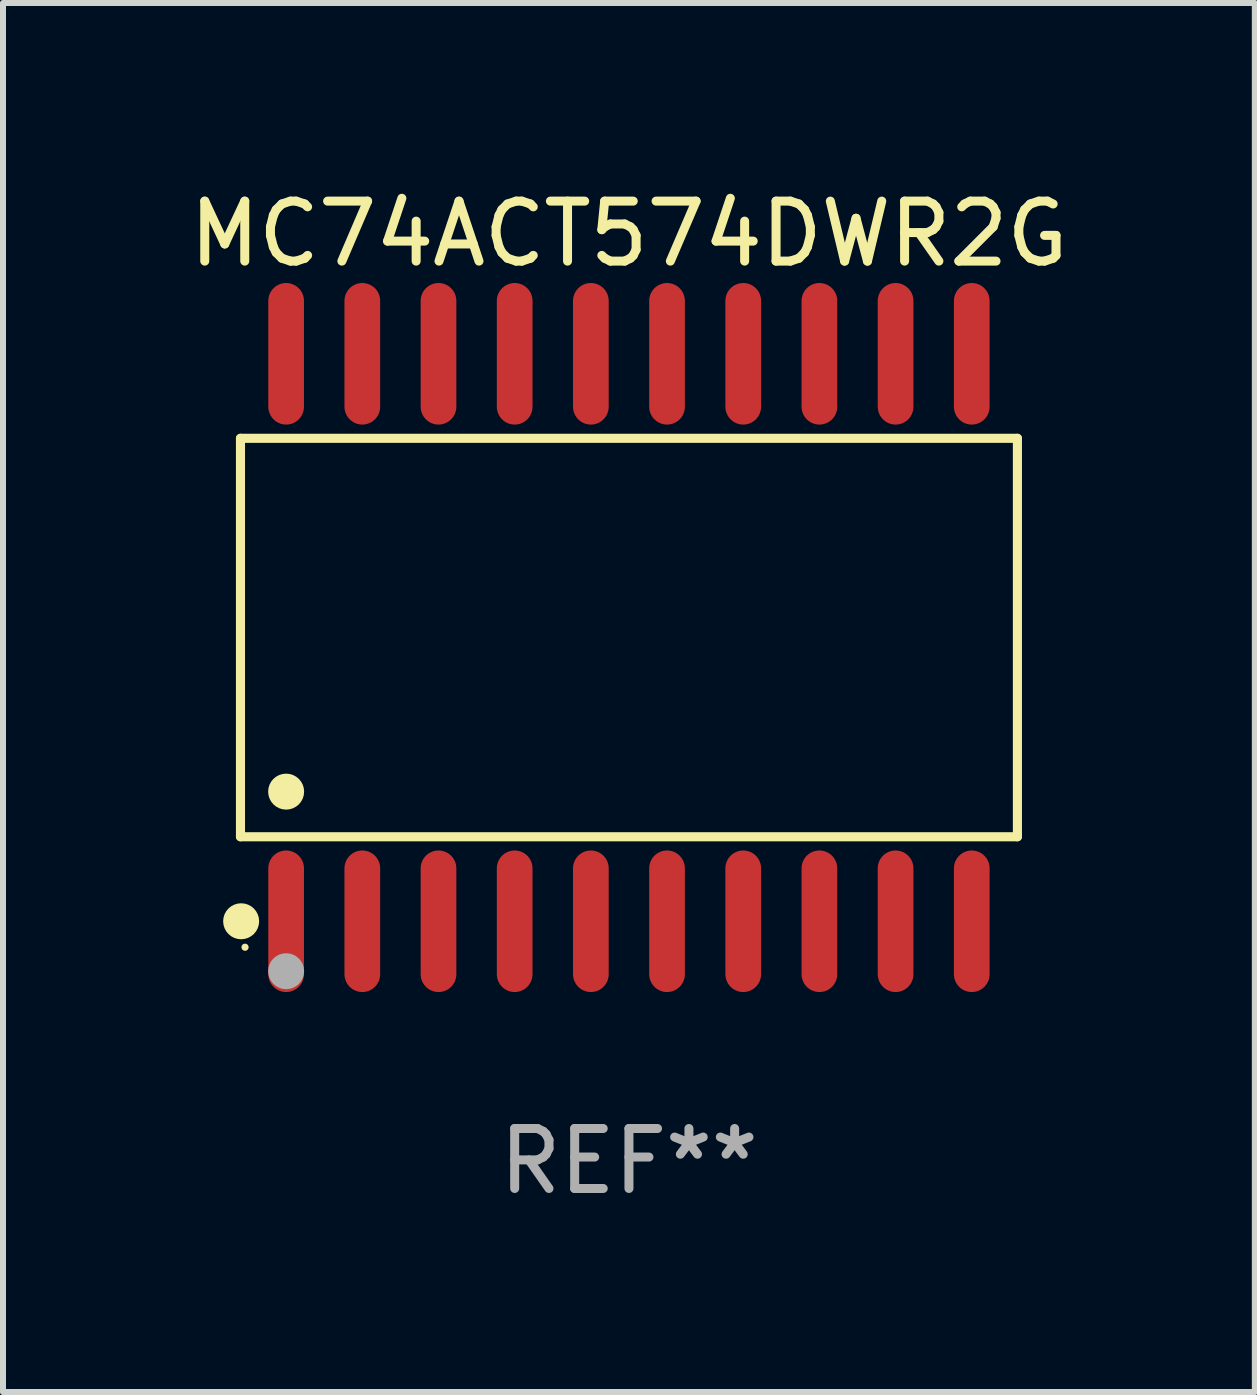
<source format=kicad_pcb>
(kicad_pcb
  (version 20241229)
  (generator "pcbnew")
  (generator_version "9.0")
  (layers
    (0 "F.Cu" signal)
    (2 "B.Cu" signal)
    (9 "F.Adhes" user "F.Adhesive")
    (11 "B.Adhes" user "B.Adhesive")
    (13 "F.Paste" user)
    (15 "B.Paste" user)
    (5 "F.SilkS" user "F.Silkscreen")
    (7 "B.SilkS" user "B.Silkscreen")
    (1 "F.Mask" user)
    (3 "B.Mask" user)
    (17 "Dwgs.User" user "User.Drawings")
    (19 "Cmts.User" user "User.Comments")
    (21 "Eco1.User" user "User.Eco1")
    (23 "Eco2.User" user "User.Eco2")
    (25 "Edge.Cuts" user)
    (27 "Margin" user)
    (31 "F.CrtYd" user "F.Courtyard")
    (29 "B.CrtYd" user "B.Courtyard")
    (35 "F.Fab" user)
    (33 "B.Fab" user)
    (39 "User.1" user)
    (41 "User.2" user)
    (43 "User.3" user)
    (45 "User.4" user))
  (footprint "MC74ACT574DWR2G"
    (layer "F.Cu")
    (at 7.435 7.578)
    (property "Reference" "MC74ACT574DWR2G" (at 0 -6.73 0) (layer "F.SilkS") (effects (font (size 1 1) (thickness 0.15))))
    (attr through_hole)
    (fp_line (start -6.476 -3.321) (end 6.476 -3.321) (stroke (width 0.152) (type solid)) (layer "F.SilkS"))
    (fp_line (start -6.476 3.321) (end -6.476 -3.321) (stroke (width 0.152) (type solid)) (layer "F.SilkS"))
    (fp_line (start 6.476 -3.321) (end 6.476 3.321) (stroke (width 0.152) (type solid)) (layer "F.SilkS"))
    (fp_line (start 6.476 3.321) (end -6.476 3.321) (stroke (width 0.152) (type solid)) (layer "F.SilkS"))
    (fp_circle (center -6.465 4.73) (end -6.315 4.73) (stroke (width 0.3) (type solid)) (fill no) (layer "F.SilkS"))
    (fp_circle (center -6.4 5.163) (end -6.37 5.163) (stroke (width 0.06) (type solid)) (fill no) (layer "F.SilkS"))
    (fp_circle (center -5.715 2.569) (end -5.565 2.569) (stroke (width 0.3) (type solid)) (fill no) (layer "F.SilkS"))
    (fp_circle (center -5.715 5.563) (end -5.565 5.563) (stroke (width 0.3) (type solid)) (fill no) (layer "F.Fab"))
    (fp_text user "REF**" (at 0 8.73 0) (layer "F.Fab") (effects (font (size 1 1) (thickness 0.15))))
    (pad "1" smd oval (at -5.715 4.73) (size 0.595 2.36) (layers "F.Cu" "F.Mask" "F.Paste"))
    (pad "2" smd oval (at -4.445 4.73) (size 0.595 2.36) (layers "F.Cu" "F.Mask" "F.Paste"))
    (pad "3" smd oval (at -3.175 4.73) (size 0.595 2.36) (layers "F.Cu" "F.Mask" "F.Paste"))
    (pad "4" smd oval (at -1.905 4.73) (size 0.595 2.36) (layers "F.Cu" "F.Mask" "F.Paste"))
    (pad "5" smd oval (at -0.635 4.73) (size 0.595 2.36) (layers "F.Cu" "F.Mask" "F.Paste"))
    (pad "6" smd oval (at 0.635 4.73) (size 0.595 2.36) (layers "F.Cu" "F.Mask" "F.Paste"))
    (pad "7" smd oval (at 1.905 4.73) (size 0.595 2.36) (layers "F.Cu" "F.Mask" "F.Paste"))
    (pad "8" smd oval (at 3.175 4.73) (size 0.595 2.36) (layers "F.Cu" "F.Mask" "F.Paste"))
    (pad "9" smd oval (at 4.445 4.73) (size 0.595 2.36) (layers "F.Cu" "F.Mask" "F.Paste"))
    (pad "10" smd oval (at 5.715 4.73) (size 0.595 2.36) (layers "F.Cu" "F.Mask" "F.Paste"))
    (pad "11" smd oval (at 5.715 -4.73) (size 0.595 2.36) (layers "F.Cu" "F.Mask" "F.Paste"))
    (pad "12" smd oval (at 4.445 -4.73) (size 0.595 2.36) (layers "F.Cu" "F.Mask" "F.Paste"))
    (pad "13" smd oval (at 3.175 -4.73) (size 0.595 2.36) (layers "F.Cu" "F.Mask" "F.Paste"))
    (pad "14" smd oval (at 1.905 -4.73) (size 0.595 2.36) (layers "F.Cu" "F.Mask" "F.Paste"))
    (pad "15" smd oval (at 0.635 -4.73) (size 0.595 2.36) (layers "F.Cu" "F.Mask" "F.Paste"))
    (pad "16" smd oval (at -0.635 -4.73) (size 0.595 2.36) (layers "F.Cu" "F.Mask" "F.Paste"))
    (pad "17" smd oval (at -1.905 -4.73) (size 0.595 2.36) (layers "F.Cu" "F.Mask" "F.Paste"))
    (pad "18" smd oval (at -3.175 -4.73) (size 0.595 2.36) (layers "F.Cu" "F.Mask" "F.Paste"))
    (pad "19" smd oval (at -4.445 -4.73) (size 0.595 2.36) (layers "F.Cu" "F.Mask" "F.Paste"))
    (pad "20" smd oval (at -5.715 -4.73) (size 0.595 2.36) (layers "F.Cu" "F.Mask" "F.Paste")))
  (gr_rect
    (start -3 -3)
    (end 17.869 20.156)
    (stroke (width 0.1) (type default))
    (fill no)
    (layer "Edge.Cuts")))
</source>
